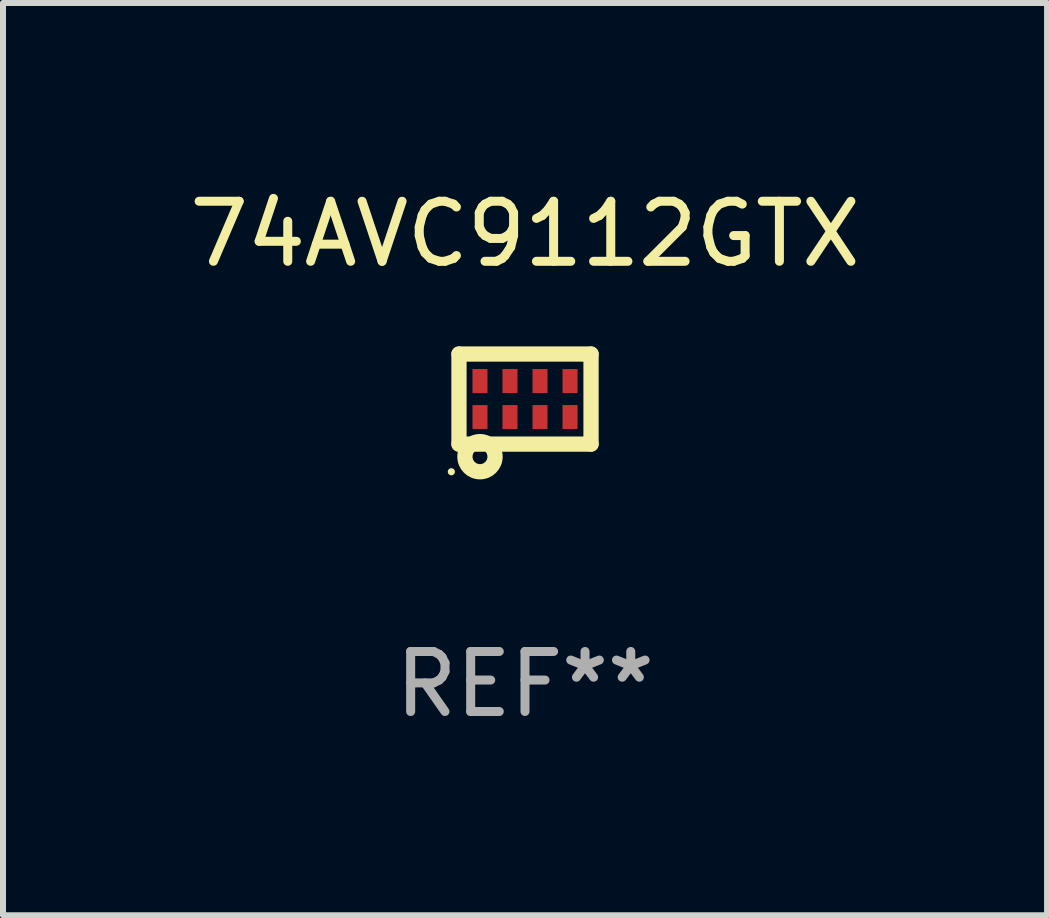
<source format=kicad_pcb>
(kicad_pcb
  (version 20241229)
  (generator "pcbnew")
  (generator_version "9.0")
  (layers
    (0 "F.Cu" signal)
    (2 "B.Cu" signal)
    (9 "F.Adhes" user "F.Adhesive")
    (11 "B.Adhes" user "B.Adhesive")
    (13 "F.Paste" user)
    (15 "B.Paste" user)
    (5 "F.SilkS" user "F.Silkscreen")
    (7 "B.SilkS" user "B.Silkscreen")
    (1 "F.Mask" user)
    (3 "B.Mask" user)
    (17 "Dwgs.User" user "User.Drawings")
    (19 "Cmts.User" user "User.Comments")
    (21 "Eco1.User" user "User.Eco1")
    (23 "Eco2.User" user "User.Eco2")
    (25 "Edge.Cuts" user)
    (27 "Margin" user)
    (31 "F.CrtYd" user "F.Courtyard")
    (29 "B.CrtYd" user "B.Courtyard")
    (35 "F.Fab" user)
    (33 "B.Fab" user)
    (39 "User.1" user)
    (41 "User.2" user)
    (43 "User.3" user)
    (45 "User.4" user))
  (footprint "74AVC9112GTX"
    (layer "F.Cu")
    (at 5.696 3.598)
    (property "Reference" "74AVC9112GTX" (at 0 -2.75 0) (layer "F.SilkS") (effects (font (size 1 1) (thickness 0.15))))
    (attr through_hole)
    (fp_line (start -1.1 -0.75) (end -1.1 0.75) (stroke (width 0.254) (type solid)) (layer "F.SilkS"))
    (fp_line (start -1.1 -0.75) (end 1.1 -0.75) (stroke (width 0.254) (type solid)) (layer "F.SilkS"))
    (fp_line (start -1.1 0.75) (end 1.1 0.75) (stroke (width 0.254) (type solid)) (layer "F.SilkS"))
    (fp_line (start 1.1 -0.75) (end 1.1 0.75) (stroke (width 0.254) (type solid)) (layer "F.SilkS"))
    (fp_circle (center -1.227 1.211) (end -1.197 1.211) (stroke (width 0.06) (type solid)) (fill no) (layer "F.SilkS"))
    (fp_circle (center -0.75 0.96) (end -0.626 0.96) (stroke (width 0.254) (type solid)) (fill no) (layer "F.SilkS"))
    (fp_text user "REF**" (at 0 4.75 0) (layer "F.Fab") (effects (font (size 1 1) (thickness 0.15))))
    (pad "1" smd rect (at -0.75 0.3) (size 0.25 0.4) (layers "F.Cu" "F.Mask" "F.Paste"))
    (pad "2" smd rect (at -0.25 0.3) (size 0.25 0.4) (layers "F.Cu" "F.Mask" "F.Paste"))
    (pad "3" smd rect (at 0.25 0.3) (size 0.25 0.4) (layers "F.Cu" "F.Mask" "F.Paste"))
    (pad "4" smd rect (at 0.75 0.3) (size 0.25 0.4) (layers "F.Cu" "F.Mask" "F.Paste"))
    (pad "5" smd rect (at 0.75 -0.3) (size 0.25 0.4) (layers "F.Cu" "F.Mask" "F.Paste"))
    (pad "6" smd rect (at 0.25 -0.3) (size 0.25 0.4) (layers "F.Cu" "F.Mask" "F.Paste"))
    (pad "7" smd rect (at -0.25 -0.3) (size 0.25 0.4) (layers "F.Cu" "F.Mask" "F.Paste"))
    (pad "8" smd rect (at -0.75 -0.3) (size 0.25 0.4) (layers "F.Cu" "F.Mask" "F.Paste")))
  (gr_rect
    (start -3 -3)
    (end 14.393 12.197)
    (stroke (width 0.1) (type default))
    (fill no)
    (layer "Edge.Cuts")))
</source>
